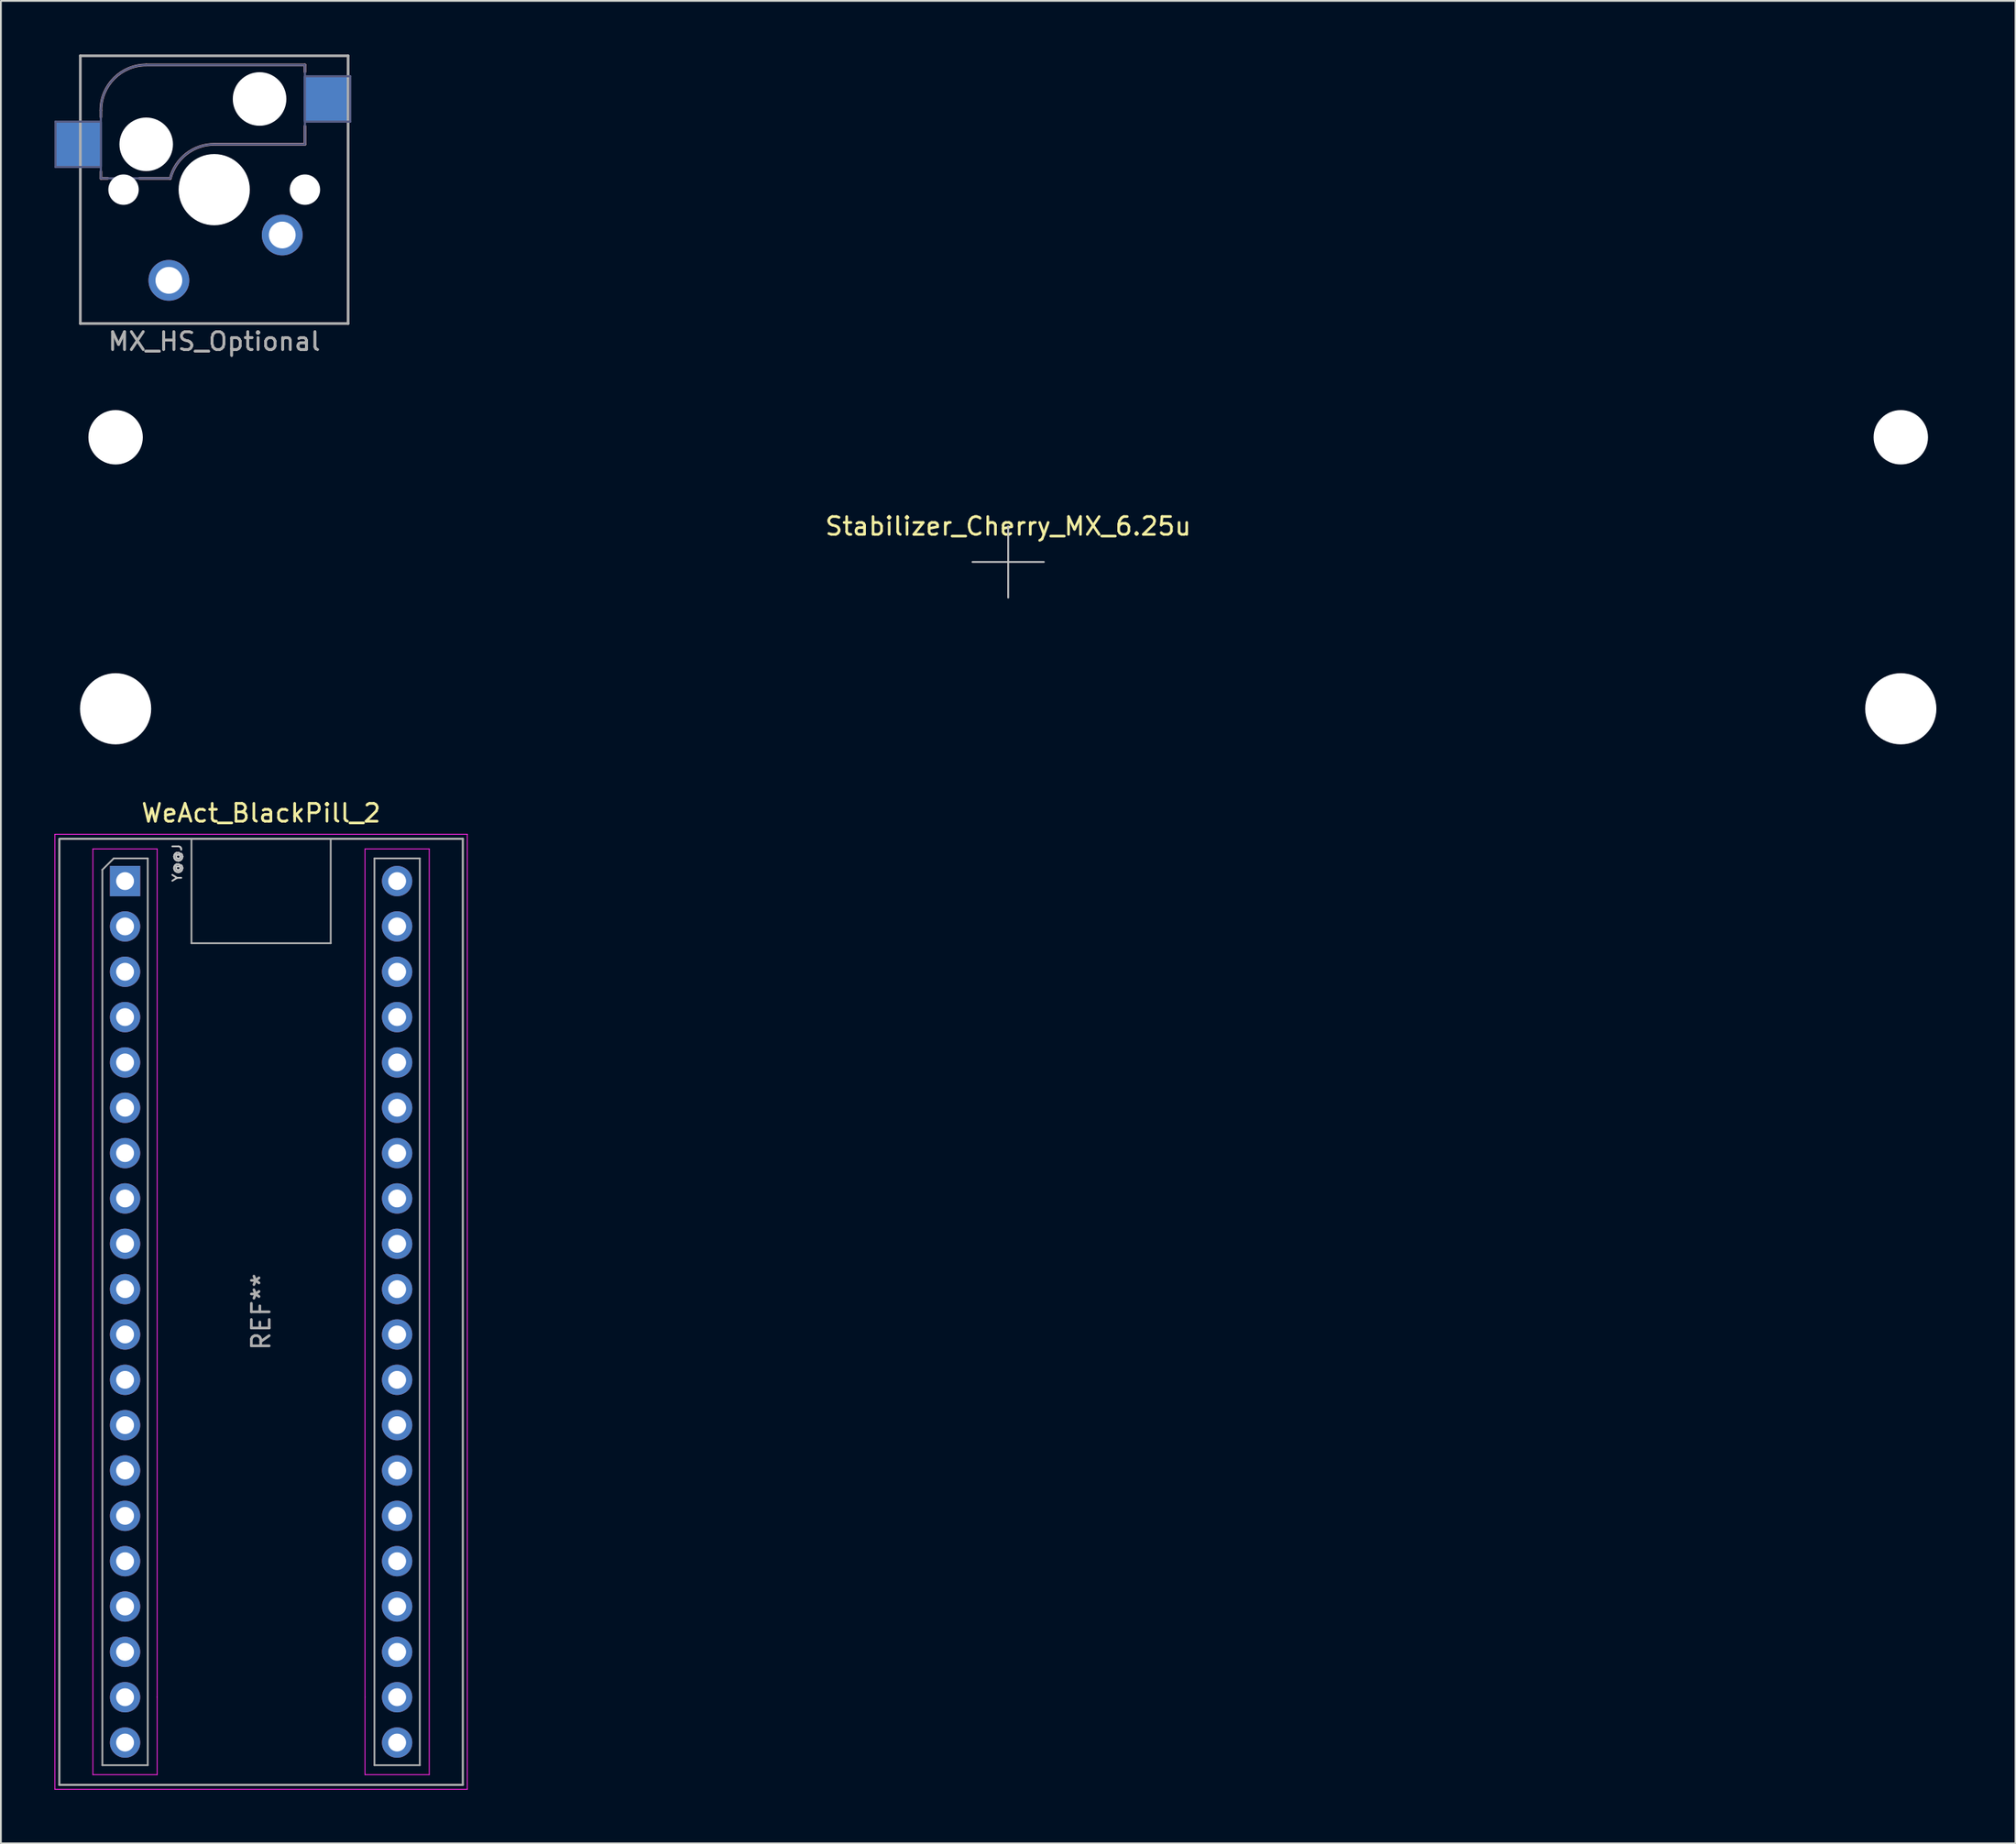
<source format=kicad_pcb>
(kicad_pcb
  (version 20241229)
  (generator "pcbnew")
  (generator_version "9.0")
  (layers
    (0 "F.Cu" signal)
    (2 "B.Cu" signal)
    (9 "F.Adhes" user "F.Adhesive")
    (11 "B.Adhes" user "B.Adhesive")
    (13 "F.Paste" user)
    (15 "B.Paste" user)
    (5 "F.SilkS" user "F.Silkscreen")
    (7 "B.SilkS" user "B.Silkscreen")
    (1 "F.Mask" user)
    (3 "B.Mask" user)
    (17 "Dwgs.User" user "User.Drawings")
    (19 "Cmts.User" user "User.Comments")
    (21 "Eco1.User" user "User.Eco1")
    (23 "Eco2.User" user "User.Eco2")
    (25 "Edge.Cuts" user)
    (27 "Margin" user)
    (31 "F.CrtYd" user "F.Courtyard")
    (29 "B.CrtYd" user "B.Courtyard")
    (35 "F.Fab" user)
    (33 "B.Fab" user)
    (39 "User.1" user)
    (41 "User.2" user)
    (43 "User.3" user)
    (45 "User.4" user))
  (footprint "Stabilizer_Cherry_MX_6.25u"
    (layer "F.Cu")
    (at 53.425 28.432)
    (property "Reference" "Stabilizer_Cherry_MX_6.25u" (at 0 -2 0) (layer "F.SilkS") (effects (font (size 1 1) (thickness 0.15))))
    (attr exclude_from_pos_files exclude_from_bom)
    (fp_line (start -2 0) (end 2 0) (stroke (width 0.1) (type solid)) (layer "Dwgs.User"))
    (fp_line (start 0 2) (end 0 -2) (stroke (width 0.1) (type solid)) (layer "Dwgs.User"))
    (fp_line (start -53.375 -5.53) (end -53.375 6.77) (stroke (width 0.1) (type solid)) (layer "Eco1.User"))
    (fp_line (start -53.375 6.77) (end -46.625 6.77) (stroke (width 0.1) (type solid)) (layer "Eco1.User"))
    (fp_line (start -46.625 -5.53) (end -53.375 -5.53) (stroke (width 0.1) (type solid)) (layer "Eco1.User"))
    (fp_line (start -46.625 6.77) (end -46.625 -5.53) (stroke (width 0.1) (type solid)) (layer "Eco1.User"))
    (fp_line (start 46.625 -5.53) (end 46.625 6.77) (stroke (width 0.1) (type solid)) (layer "Eco1.User"))
    (fp_line (start 46.625 6.77) (end 53.375 6.77) (stroke (width 0.1) (type solid)) (layer "Eco1.User"))
    (fp_line (start 53.375 -5.53) (end 46.625 -5.53) (stroke (width 0.1) (type solid)) (layer "Eco1.User"))
    (fp_line (start 53.375 6.77) (end 53.375 -5.53) (stroke (width 0.1) (type solid)) (layer "Eco1.User"))
    (pad "" np_thru_hole circle (at -50 -6.985) (size 3.048 3.048) (drill 3.048) (layers "*.Cu" "*.Mask"))
    (pad "" np_thru_hole circle (at -50 8.225) (size 3.988 3.988) (drill 3.988) (layers "*.Cu" "*.Mask"))
    (pad "" np_thru_hole circle (at 50 -6.985) (size 3.048 3.048) (drill 3.048) (layers "*.Cu" "*.Mask"))
    (pad "" np_thru_hole circle (at 50 8.225) (size 3.988 3.988) (drill 3.988) (layers "*.Cu" "*.Mask")))
  (footprint "WeAct_BlackPill_2"
    (layer "F.Cu")
    (at 3.955 46.309)
    (property "Reference" "WeAct_BlackPill_2" (at 7.62 -3.81 0) (layer "F.SilkS") (effects (font (size 1 1) (thickness 0.15))))
    (attr through_hole)
    (fp_line (start -3.93 -2.62) (end 19.17 -2.62) (stroke (width 0.05) (type solid)) (layer "F.CrtYd"))
    (fp_line (start -3.93 50.88) (end -3.93 -2.62) (stroke (width 0.05) (type solid)) (layer "F.CrtYd"))
    (fp_line (start -1.8 -1.8) (end -1.8 50.06) (stroke (width 0.05) (type solid)) (layer "F.CrtYd"))
    (fp_line (start -1.8 50.06) (end 1.8 50.06) (stroke (width 0.05) (type solid)) (layer "F.CrtYd"))
    (fp_line (start 1.8 -1.8) (end -1.8 -1.8) (stroke (width 0.05) (type solid)) (layer "F.CrtYd"))
    (fp_line (start 1.8 -1.8) (end 1.8 45.72) (stroke (width 0.05) (type solid)) (layer "F.CrtYd"))
    (fp_line (start 1.8 45.72) (end 1.8 50.06) (stroke (width 0.05) (type solid)) (layer "F.CrtYd"))
    (fp_line (start 13.44 -1.8) (end 13.44 45.72) (stroke (width 0.05) (type solid)) (layer "F.CrtYd"))
    (fp_line (start 13.44 -1.8) (end 17.04 -1.8) (stroke (width 0.05) (type solid)) (layer "F.CrtYd"))
    (fp_line (start 13.44 45.72) (end 13.44 50.06) (stroke (width 0.05) (type solid)) (layer "F.CrtYd"))
    (fp_line (start 17.04 -1.8) (end 17.04 50.06) (stroke (width 0.05) (type solid)) (layer "F.CrtYd"))
    (fp_line (start 17.04 50.06) (end 13.44 50.06) (stroke (width 0.05) (type solid)) (layer "F.CrtYd"))
    (fp_line (start 19.17 -2.62) (end 19.17 50.88) (stroke (width 0.05) (type solid)) (layer "F.CrtYd"))
    (fp_line (start 19.17 50.88) (end -3.93 50.88) (stroke (width 0.05) (type solid)) (layer "F.CrtYd"))
    (fp_line (start -3.68 -2.37) (end 18.92 -2.37) (stroke (width 0.12) (type solid)) (layer "F.Fab"))
    (fp_line (start -3.68 50.63) (end -3.68 -2.32) (stroke (width 0.12) (type solid)) (layer "F.Fab"))
    (fp_line (start -3.68 50.63) (end 18.92 50.63) (stroke (width 0.12) (type solid)) (layer "F.Fab"))
    (fp_line (start -1.27 -0.635) (end -0.635 -1.27) (stroke (width 0.1) (type solid)) (layer "F.Fab"))
    (fp_line (start -1.27 49.53) (end -1.27 -0.635) (stroke (width 0.1) (type solid)) (layer "F.Fab"))
    (fp_line (start -0.635 -1.27) (end 1.27 -1.27) (stroke (width 0.1) (type solid)) (layer "F.Fab"))
    (fp_line (start 1.27 -1.27) (end 1.27 49.53) (stroke (width 0.1) (type solid)) (layer "F.Fab"))
    (fp_line (start 1.27 49.53) (end -1.27 49.53) (stroke (width 0.1) (type solid)) (layer "F.Fab"))
    (fp_line (start 3.72 3.48) (end 3.72 -2.32) (stroke (width 0.1) (type solid)) (layer "F.Fab"))
    (fp_line (start 3.72 3.48) (end 11.52 3.48) (stroke (width 0.1) (type solid)) (layer "F.Fab"))
    (fp_line (start 11.52 3.48) (end 11.52 -2.32) (stroke (width 0.1) (type solid)) (layer "F.Fab"))
    (fp_line (start 13.97 -1.27) (end 16.51 -1.27) (stroke (width 0.1) (type solid)) (layer "F.Fab"))
    (fp_line (start 13.97 49.53) (end 13.97 -1.27) (stroke (width 0.1) (type solid)) (layer "F.Fab"))
    (fp_line (start 16.51 -1.27) (end 16.51 49.53) (stroke (width 0.1) (type solid)) (layer "F.Fab"))
    (fp_line (start 16.51 49.53) (end 13.97 49.53) (stroke (width 0.1) (type solid)) (layer "F.Fab"))
    (fp_line (start 18.92 -2.37) (end 18.92 50.63) (stroke (width 0.12) (type solid)) (layer "F.Fab"))
    (fp_text user "Y@@J" (at 2.921 -1.016 90) (unlocked yes) (layer "Dwgs.User") (effects (font (size 0.5 0.5) (thickness 0.1))))
    (fp_text user "REF**" (at 7.62 24.13 90) (layer "F.Fab") (effects (font (size 1 1) (thickness 0.15))))
    (pad "1" thru_hole rect (at 0 0) (size 1.7 1.7) (drill 1) (layers "*.Cu" "*.Mask"))
    (pad "2" thru_hole circle (at 0 2.54) (size 1.7 1.7) (drill 1) (layers "*.Cu" "*.Mask"))
    (pad "3" thru_hole circle (at 0 5.08) (size 1.7 1.7) (drill 1) (layers "*.Cu" "*.Mask"))
    (pad "4" thru_hole circle (at 0 7.62) (size 1.7 1.7) (drill 1) (layers "*.Cu" "*.Mask"))
    (pad "5" thru_hole circle (at 0 10.16) (size 1.7 1.7) (drill 1) (layers "*.Cu" "*.Mask"))
    (pad "6" thru_hole circle (at 0 12.7) (size 1.7 1.7) (drill 1) (layers "*.Cu" "*.Mask"))
    (pad "7" thru_hole circle (at 0 15.24) (size 1.7 1.7) (drill 1) (layers "*.Cu" "*.Mask"))
    (pad "8" thru_hole circle (at 0 17.78) (size 1.7 1.7) (drill 1) (layers "*.Cu" "*.Mask"))
    (pad "9" thru_hole circle (at 0 20.32) (size 1.7 1.7) (drill 1) (layers "*.Cu" "*.Mask"))
    (pad "10" thru_hole circle (at 0 22.86) (size 1.7 1.7) (drill 1) (layers "*.Cu" "*.Mask"))
    (pad "11" thru_hole circle (at 0 25.4) (size 1.7 1.7) (drill 1) (layers "*.Cu" "*.Mask"))
    (pad "12" thru_hole circle (at 0 27.94) (size 1.7 1.7) (drill 1) (layers "*.Cu" "*.Mask"))
    (pad "13" thru_hole circle (at 0 30.48) (size 1.7 1.7) (drill 1) (layers "*.Cu" "*.Mask"))
    (pad "14" thru_hole circle (at 0 33.02) (size 1.7 1.7) (drill 1) (layers "*.Cu" "*.Mask"))
    (pad "15" thru_hole circle (at 0 35.56) (size 1.7 1.7) (drill 1) (layers "*.Cu" "*.Mask"))
    (pad "16" thru_hole circle (at 0 38.1) (size 1.7 1.7) (drill 1) (layers "*.Cu" "*.Mask"))
    (pad "17" thru_hole circle (at 0 40.64) (size 1.7 1.7) (drill 1) (layers "*.Cu" "*.Mask"))
    (pad "18" thru_hole circle (at 0 43.18) (size 1.7 1.7) (drill 1) (layers "*.Cu" "*.Mask"))
    (pad "19" thru_hole circle (at 0 45.72) (size 1.7 1.7) (drill 1) (layers "*.Cu" "*.Mask"))
    (pad "20" thru_hole circle (at 0 48.26) (size 1.7 1.7) (drill 1) (layers "*.Cu" "*.Mask"))
    (pad "21" thru_hole circle (at 15.24 48.26) (size 1.7 1.7) (drill 1) (layers "*.Cu" "*.Mask"))
    (pad "22" thru_hole circle (at 15.24 45.72) (size 1.7 1.7) (drill 1) (layers "*.Cu" "*.Mask"))
    (pad "23" thru_hole circle (at 15.24 43.18) (size 1.7 1.7) (drill 1) (layers "*.Cu" "*.Mask"))
    (pad "24" thru_hole circle (at 15.24 40.64) (size 1.7 1.7) (drill 1) (layers "*.Cu" "*.Mask"))
    (pad "25" thru_hole circle (at 15.24 38.1) (size 1.7 1.7) (drill 1) (layers "*.Cu" "*.Mask"))
    (pad "26" thru_hole circle (at 15.24 35.56) (size 1.7 1.7) (drill 1) (layers "*.Cu" "*.Mask"))
    (pad "27" thru_hole circle (at 15.24 33.02) (size 1.7 1.7) (drill 1) (layers "*.Cu" "*.Mask"))
    (pad "28" thru_hole circle (at 15.24 30.48) (size 1.7 1.7) (drill 1) (layers "*.Cu" "*.Mask"))
    (pad "29" thru_hole circle (at 15.24 27.94) (size 1.7 1.7) (drill 1) (layers "*.Cu" "*.Mask"))
    (pad "30" thru_hole circle (at 15.24 25.4) (size 1.7 1.7) (drill 1) (layers "*.Cu" "*.Mask"))
    (pad "31" thru_hole circle (at 15.24 22.86) (size 1.7 1.7) (drill 1) (layers "*.Cu" "*.Mask"))
    (pad "32" thru_hole circle (at 15.24 20.32) (size 1.7 1.7) (drill 1) (layers "*.Cu" "*.Mask"))
    (pad "33" thru_hole circle (at 15.24 17.78) (size 1.7 1.7) (drill 1) (layers "*.Cu" "*.Mask"))
    (pad "34" thru_hole circle (at 15.24 15.24) (size 1.7 1.7) (drill 1) (layers "*.Cu" "*.Mask"))
    (pad "35" thru_hole circle (at 15.24 12.7) (size 1.7 1.7) (drill 1) (layers "*.Cu" "*.Mask"))
    (pad "36" thru_hole circle (at 15.24 10.16) (size 1.7 1.7) (drill 1) (layers "*.Cu" "*.Mask"))
    (pad "37" thru_hole circle (at 15.24 7.62) (size 1.7 1.7) (drill 1) (layers "*.Cu" "*.Mask"))
    (pad "38" thru_hole circle (at 15.24 5.08) (size 1.7 1.7) (drill 1) (layers "*.Cu" "*.Mask"))
    (pad "39" thru_hole circle (at 15.24 2.54) (size 1.7 1.7) (drill 1) (layers "*.Cu" "*.Mask"))
    (pad "40" thru_hole circle (at 15.24 0) (size 1.7 1.7) (drill 1) (layers "*.Cu" "*.Mask")))
  (footprint "MX_HS_Optional"
    (layer "F.Cu")
    (at 8.95 7.575)
    (property "Reference" "MX_HS_Optional" (at 0 8.5 0) (unlocked yes) (layer "F.Fab") (effects (font (size 1 1) (thickness 0.15))))
    (fp_line (start -6.35 -4.445) (end -6.35 -4.064) (stroke (width 0.15) (type solid)) (layer "B.SilkS"))
    (fp_line (start -6.35 -1.016) (end -6.35 -0.635) (stroke (width 0.15) (type solid)) (layer "B.SilkS"))
    (fp_line (start -6.35 -0.635) (end -5.969 -0.635) (stroke (width 0.15) (type solid)) (layer "B.SilkS"))
    (fp_line (start -4.191 -0.635) (end -2.54 -0.635) (stroke (width 0.15) (type solid)) (layer "B.SilkS"))
    (fp_line (start 0 -2.54) (end 5.08 -2.54) (stroke (width 0.15) (type solid)) (layer "B.SilkS"))
    (fp_line (start 5.08 -6.985) (end -3.81 -6.985) (stroke (width 0.15) (type solid)) (layer "B.SilkS"))
    (fp_line (start 5.08 -6.604) (end 5.08 -6.985) (stroke (width 0.15) (type solid)) (layer "B.SilkS"))
    (fp_line (start 5.08 -2.54) (end 5.08 -3.556) (stroke (width 0.15) (type solid)) (layer "B.SilkS"))
    (fp_arc (start -6.35 -4.445) (mid -5.606051 -6.241051) (end -3.81 -6.985) (stroke (width 0.15) (type solid)) (layer "B.SilkS"))
    (fp_arc (start -2.464162 -0.61604) (mid -1.563147 -2.002042) (end 0 -2.54) (stroke (width 0.15) (type solid)) (layer "B.SilkS"))
    (fp_line (start -6.9 6.9) (end -6.9 -6.9) (stroke (width 0.15) (type solid)) (layer "Eco2.User"))
    (fp_line (start -6.9 6.9) (end 6.9 6.9) (stroke (width 0.15) (type solid)) (layer "Eco2.User"))
    (fp_line (start 6.9 -6.9) (end -6.9 -6.9) (stroke (width 0.15) (type solid)) (layer "Eco2.User"))
    (fp_line (start 6.9 -6.9) (end 6.9 6.9) (stroke (width 0.15) (type solid)) (layer "Eco2.User"))
    (fp_line (start -8.89 -3.81) (end -8.89 -1.27) (stroke (width 0.12) (type solid)) (layer "B.Fab"))
    (fp_line (start -8.89 -1.27) (end -6.35 -1.27) (stroke (width 0.12) (type solid)) (layer "B.Fab"))
    (fp_line (start -6.35 -4.445) (end -6.35 -0.635) (stroke (width 0.12) (type solid)) (layer "B.Fab"))
    (fp_line (start -6.35 -3.81) (end -8.89 -3.81) (stroke (width 0.12) (type solid)) (layer "B.Fab"))
    (fp_line (start -6.35 -0.635) (end -2.54 -0.635) (stroke (width 0.12) (type solid)) (layer "B.Fab"))
    (fp_line (start 0 -2.54) (end 5.08 -2.54) (stroke (width 0.12) (type solid)) (layer "B.Fab"))
    (fp_line (start 5.08 -6.985) (end -3.81 -6.985) (stroke (width 0.12) (type solid)) (layer "B.Fab"))
    (fp_line (start 5.08 -3.81) (end 7.62 -3.81) (stroke (width 0.12) (type solid)) (layer "B.Fab"))
    (fp_line (start 5.08 -2.54) (end 5.08 -6.985) (stroke (width 0.12) (type solid)) (layer "B.Fab"))
    (fp_line (start 7.62 -6.35) (end 5.08 -6.35) (stroke (width 0.12) (type solid)) (layer "B.Fab"))
    (fp_line (start 7.62 -3.81) (end 7.62 -6.35) (stroke (width 0.12) (type solid)) (layer "B.Fab"))
    (fp_arc (start -6.35 -4.445) (mid -5.606051 -6.241051) (end -3.81 -6.985) (stroke (width 0.12) (type solid)) (layer "B.Fab"))
    (fp_arc (start -2.464162 -0.61604) (mid -1.563147 -2.002042) (end 0 -2.54) (stroke (width 0.12) (type solid)) (layer "B.Fab"))
    (fp_line (start -7.5 -7.5) (end 7.5 -7.5) (stroke (width 0.15) (type solid)) (layer "F.Fab"))
    (fp_line (start -7.5 7.5) (end -7.5 -7.5) (stroke (width 0.15) (type solid)) (layer "F.Fab"))
    (fp_line (start 7.5 -7.5) (end 7.5 7.5) (stroke (width 0.15) (type solid)) (layer "F.Fab"))
    (fp_line (start 7.5 7.5) (end -7.5 7.5) (stroke (width 0.15) (type solid)) (layer "F.Fab"))
    (fp_text user "${REFERENCE}" (at 0 8.5 0) (unlocked yes) (layer "F.Fab") (effects (font (size 1 1) (thickness 0.15))))
    (pad "" np_thru_hole circle (at -5.08 0 180) (size 1.702 1.702) (drill 1.702) (layers "*.Cu" "*.Mask"))
    (pad "" np_thru_hole circle (at -3.81 -2.54 180) (size 3 3) (drill 3) (layers "*.Cu" "*.Mask"))
    (pad "" np_thru_hole circle (at 0 0 180) (size 3.988 3.988) (drill 3.988) (layers "*.Cu" "*.Mask"))
    (pad "" np_thru_hole circle (at 2.54 -5.08 180) (size 3 3) (drill 3) (layers "*.Cu" "*.Mask"))
    (pad "" np_thru_hole circle (at 5.08 0 180) (size 1.702 1.702) (drill 1.702) (layers "*.Cu" "*.Mask"))
    (pad "1" thru_hole circle (at 3.81 2.54 180) (size 2.286 2.286) (drill 1.499) (layers "*.Cu" "*.Mask"))
    (pad "1" smd rect (at 6.29 -5.08 180) (size 2.55 2.5) (layers "B.Cu" "B.Mask" "B.Paste"))
    (pad "2" smd rect (at -7.56 -2.54 180) (size 2.55 2.5) (layers "B.Cu" "B.Mask" "B.Paste"))
    (pad "2" thru_hole circle (at -2.54 5.08 180) (size 2.286 2.286) (drill 1.499) (layers "*.Cu" "*.Mask")))
  (gr_rect
    (start -3 -3)
    (end 109.85 100.214)
    (stroke (width 0.1) (type default))
    (fill no)
    (layer "Edge.Cuts")))
</source>
